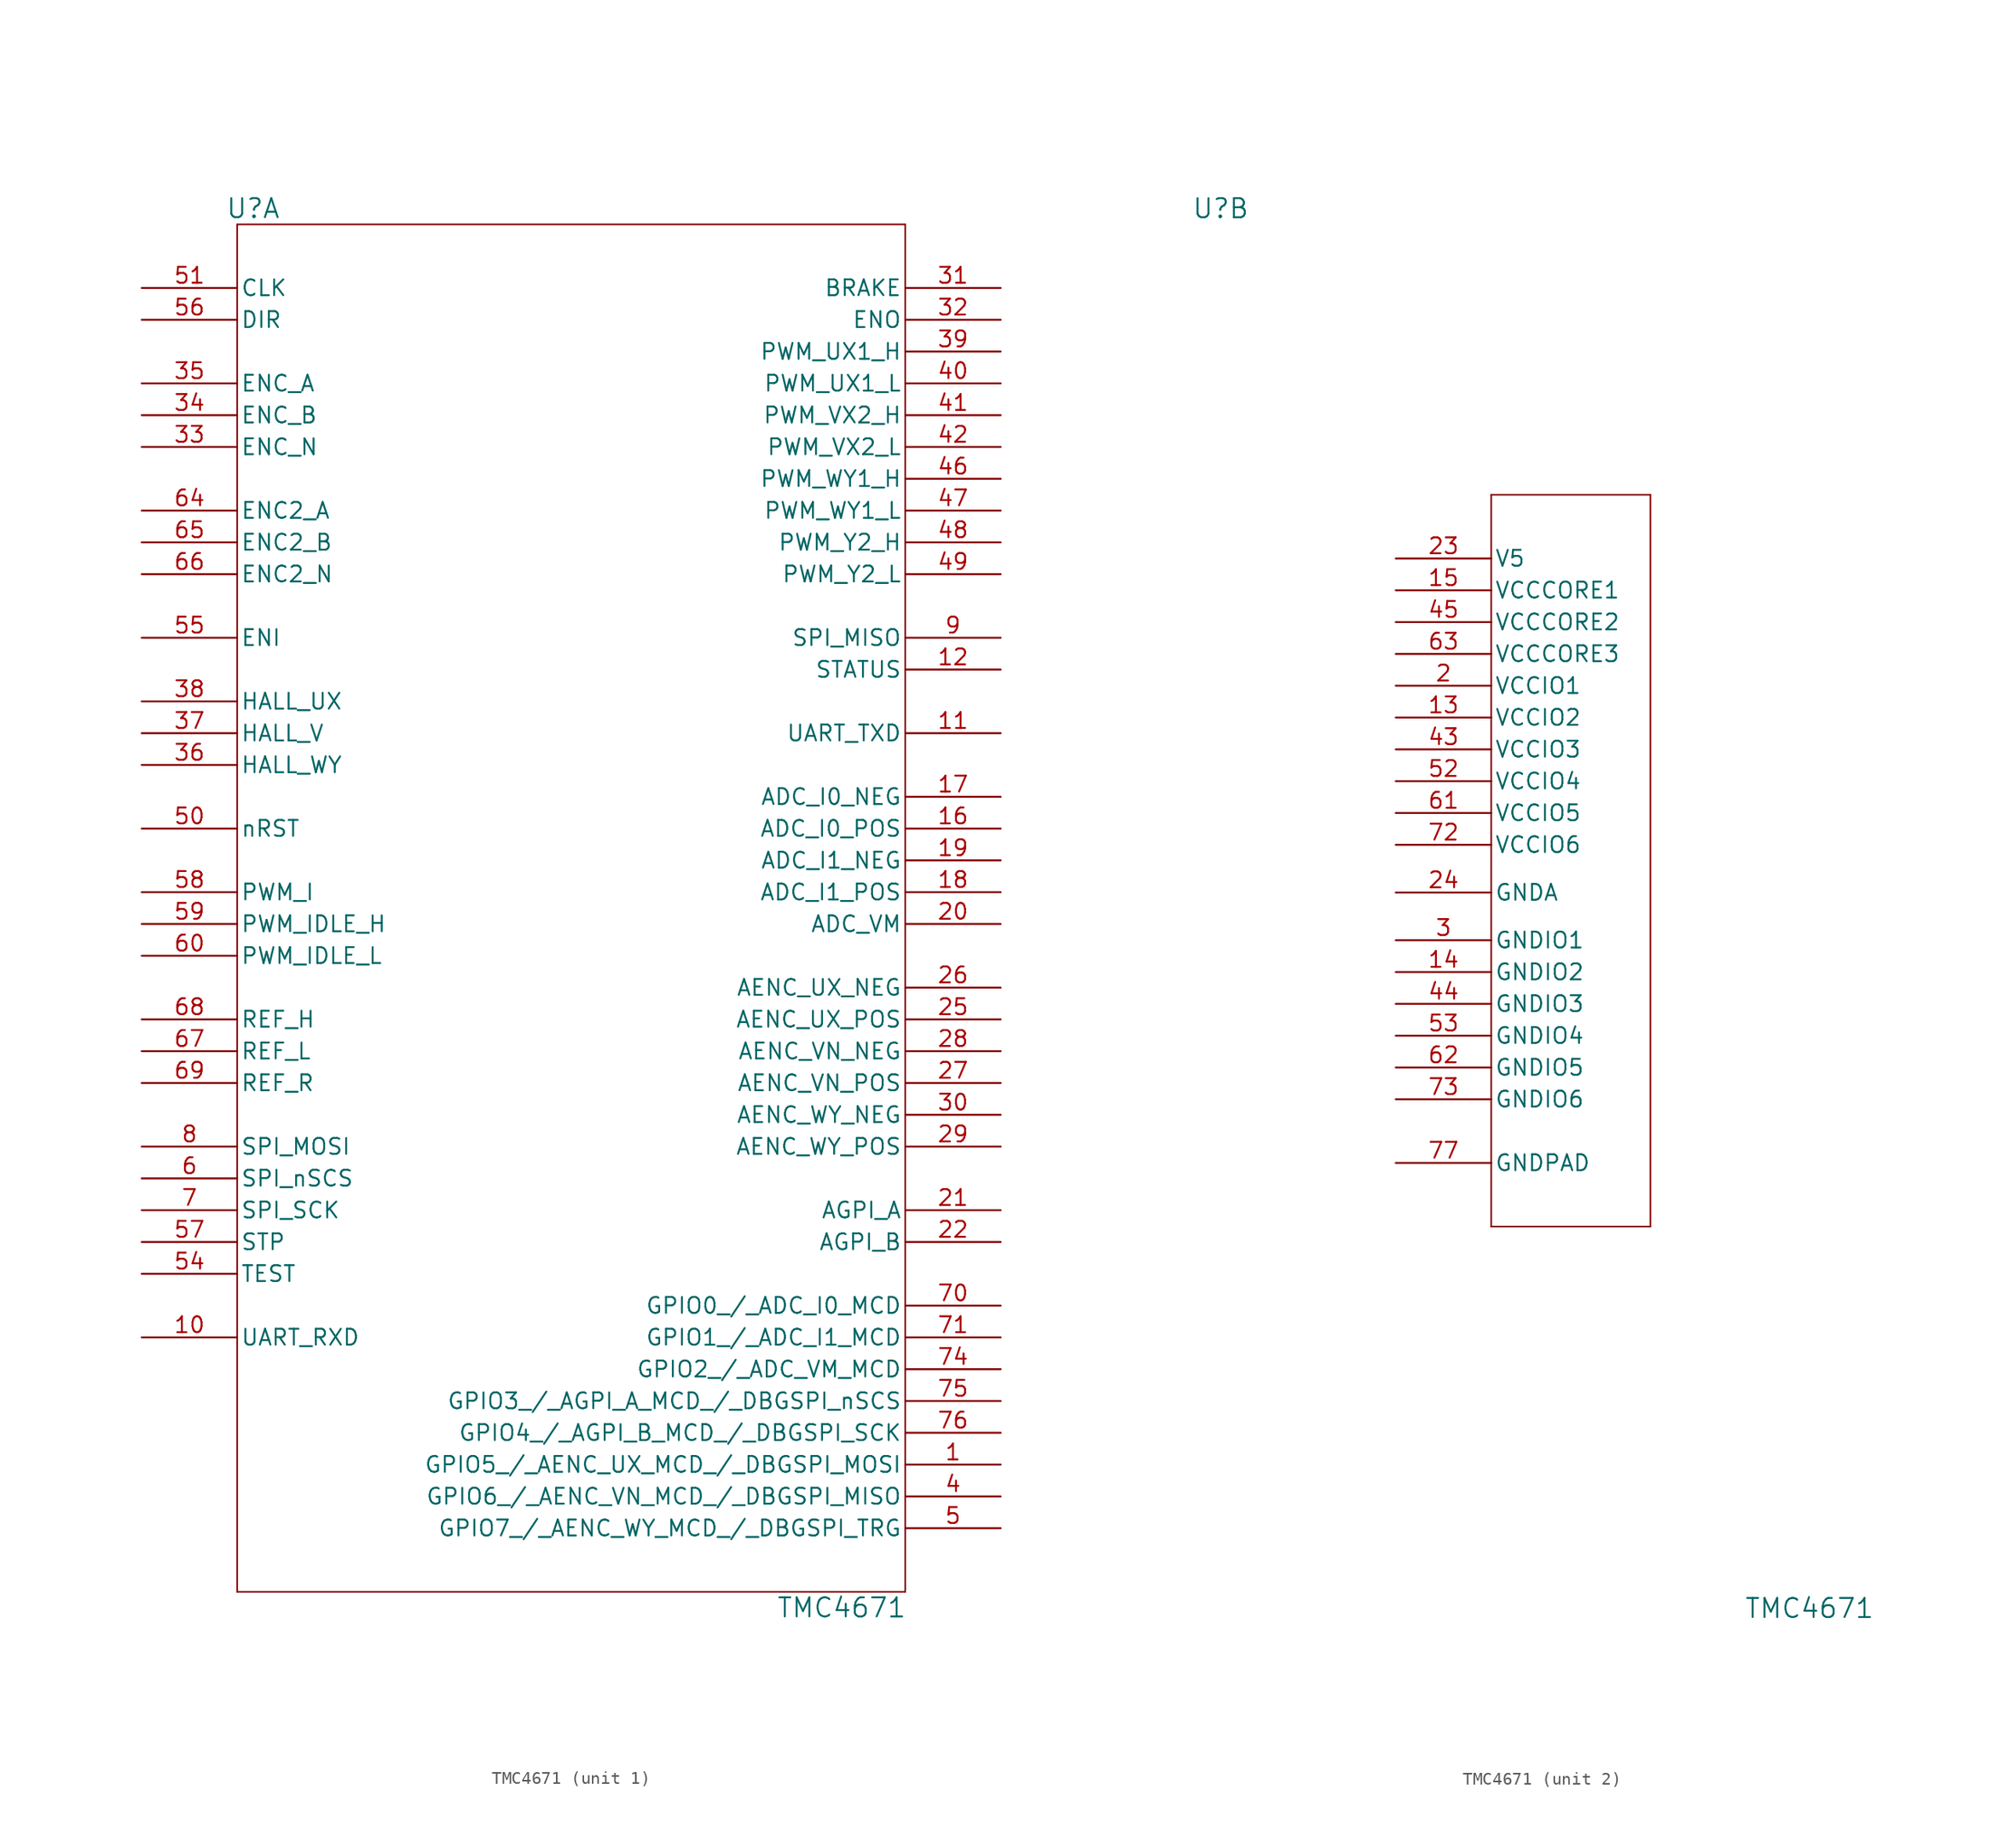
<source format=kicad_sym>
(kicad_symbol_lib
  (version 20220914)
  (generator kicad_symbol_editor)
  (symbol "TMC4671"
    (pin_names
      (offset 0.254))
    (property "Reference" "U"
      (at -26.67 52.07 0)
      (effects (font (size 1.524 1.524))))
    (property "Value" "TMC4671"
      (at 20.32 -59.69 0)
      (effects (font (size 1.524 1.524))))
    (property "ki_locked" ""
      (at 0 0 0)
      (effects (font (size 1.27 1.27))))
    (symbol "TMC4671_1_1"
      (polyline (pts (xy -27.94 -58.42) (xy 25.4 -58.42)) (stroke (width 0.127) (type default)) (fill (type none)))
      (polyline (pts (xy -27.94 50.8) (xy -27.94 -58.42)) (stroke (width 0.127) (type default)) (fill (type none)))
      (polyline (pts (xy 25.4 -58.42) (xy 25.4 50.8)) (stroke (width 0.127) (type default)) (fill (type none)))
      (polyline (pts (xy 25.4 50.8) (xy -27.94 50.8)) (stroke (width 0.127) (type default)) (fill (type none)))
      (pin bidirectional line (at 33.02 -48.26 180) (length 7.62) (name "GPIO5_/_AENC_UX_MCD_/_DBGSPI_MOSI" (effects (font (size 1.27 1.27)))) (number "1" (effects (font (size 1.27 1.27)))))
      (pin input line (at -35.56 -38.1 0) (length 7.62) (name "UART_RXD" (effects (font (size 1.27 1.27)))) (number "10" (effects (font (size 1.27 1.27)))))
      (pin output line (at 33.02 10.16 180) (length 7.62) (name "UART_TXD" (effects (font (size 1.27 1.27)))) (number "11" (effects (font (size 1.27 1.27)))))
      (pin output line (at 33.02 15.24 180) (length 7.62) (name "STATUS" (effects (font (size 1.27 1.27)))) (number "12" (effects (font (size 1.27 1.27)))))
      (pin input line (at 33.02 2.54 180) (length 7.62) (name "ADC_I0_POS" (effects (font (size 1.27 1.27)))) (number "16" (effects (font (size 1.27 1.27)))))
      (pin input line (at 33.02 5.08 180) (length 7.62) (name "ADC_I0_NEG" (effects (font (size 1.27 1.27)))) (number "17" (effects (font (size 1.27 1.27)))))
      (pin input line (at 33.02 -2.54 180) (length 7.62) (name "ADC_I1_POS" (effects (font (size 1.27 1.27)))) (number "18" (effects (font (size 1.27 1.27)))))
      (pin input line (at 33.02 0 180) (length 7.62) (name "ADC_I1_NEG" (effects (font (size 1.27 1.27)))) (number "19" (effects (font (size 1.27 1.27)))))
      (pin input line (at 33.02 -5.08 180) (length 7.62) (name "ADC_VM" (effects (font (size 1.27 1.27)))) (number "20" (effects (font (size 1.27 1.27)))))
      (pin input line (at 33.02 -27.94 180) (length 7.62) (name "AGPI_A" (effects (font (size 1.27 1.27)))) (number "21" (effects (font (size 1.27 1.27)))))
      (pin input line (at 33.02 -30.48 180) (length 7.62) (name "AGPI_B" (effects (font (size 1.27 1.27)))) (number "22" (effects (font (size 1.27 1.27)))))
      (pin input line (at 33.02 -12.7 180) (length 7.62) (name "AENC_UX_POS" (effects (font (size 1.27 1.27)))) (number "25" (effects (font (size 1.27 1.27)))))
      (pin input line (at 33.02 -10.16 180) (length 7.62) (name "AENC_UX_NEG" (effects (font (size 1.27 1.27)))) (number "26" (effects (font (size 1.27 1.27)))))
      (pin input line (at 33.02 -17.78 180) (length 7.62) (name "AENC_VN_POS" (effects (font (size 1.27 1.27)))) (number "27" (effects (font (size 1.27 1.27)))))
      (pin input line (at 33.02 -15.24 180) (length 7.62) (name "AENC_VN_NEG" (effects (font (size 1.27 1.27)))) (number "28" (effects (font (size 1.27 1.27)))))
      (pin input line (at 33.02 -22.86 180) (length 7.62) (name "AENC_WY_POS" (effects (font (size 1.27 1.27)))) (number "29" (effects (font (size 1.27 1.27)))))
      (pin input line (at 33.02 -20.32 180) (length 7.62) (name "AENC_WY_NEG" (effects (font (size 1.27 1.27)))) (number "30" (effects (font (size 1.27 1.27)))))
      (pin output line (at 33.02 45.72 180) (length 7.62) (name "BRAKE" (effects (font (size 1.27 1.27)))) (number "31" (effects (font (size 1.27 1.27)))))
      (pin output line (at 33.02 43.18 180) (length 7.62) (name "ENO" (effects (font (size 1.27 1.27)))) (number "32" (effects (font (size 1.27 1.27)))))
      (pin input line (at -35.56 33.02 0) (length 7.62) (name "ENC_N" (effects (font (size 1.27 1.27)))) (number "33" (effects (font (size 1.27 1.27)))))
      (pin input line (at -35.56 35.56 0) (length 7.62) (name "ENC_B" (effects (font (size 1.27 1.27)))) (number "34" (effects (font (size 1.27 1.27)))))
      (pin input line (at -35.56 38.1 0) (length 7.62) (name "ENC_A" (effects (font (size 1.27 1.27)))) (number "35" (effects (font (size 1.27 1.27)))))
      (pin input line (at -35.56 7.62 0) (length 7.62) (name "HALL_WY" (effects (font (size 1.27 1.27)))) (number "36" (effects (font (size 1.27 1.27)))))
      (pin input line (at -35.56 10.16 0) (length 7.62) (name "HALL_V" (effects (font (size 1.27 1.27)))) (number "37" (effects (font (size 1.27 1.27)))))
      (pin input line (at -35.56 12.7 0) (length 7.62) (name "HALL_UX" (effects (font (size 1.27 1.27)))) (number "38" (effects (font (size 1.27 1.27)))))
      (pin output line (at 33.02 40.64 180) (length 7.62) (name "PWM_UX1_H" (effects (font (size 1.27 1.27)))) (number "39" (effects (font (size 1.27 1.27)))))
      (pin bidirectional line (at 33.02 -50.8 180) (length 7.62) (name "GPIO6_/_AENC_VN_MCD_/_DBGSPI_MISO" (effects (font (size 1.27 1.27)))) (number "4" (effects (font (size 1.27 1.27)))))
      (pin output line (at 33.02 38.1 180) (length 7.62) (name "PWM_UX1_L" (effects (font (size 1.27 1.27)))) (number "40" (effects (font (size 1.27 1.27)))))
      (pin output line (at 33.02 35.56 180) (length 7.62) (name "PWM_VX2_H" (effects (font (size 1.27 1.27)))) (number "41" (effects (font (size 1.27 1.27)))))
      (pin output line (at 33.02 33.02 180) (length 7.62) (name "PWM_VX2_L" (effects (font (size 1.27 1.27)))) (number "42" (effects (font (size 1.27 1.27)))))
      (pin output line (at 33.02 30.48 180) (length 7.62) (name "PWM_WY1_H" (effects (font (size 1.27 1.27)))) (number "46" (effects (font (size 1.27 1.27)))))
      (pin output line (at 33.02 27.94 180) (length 7.62) (name "PWM_WY1_L" (effects (font (size 1.27 1.27)))) (number "47" (effects (font (size 1.27 1.27)))))
      (pin output line (at 33.02 25.4 180) (length 7.62) (name "PWM_Y2_H" (effects (font (size 1.27 1.27)))) (number "48" (effects (font (size 1.27 1.27)))))
      (pin output line (at 33.02 22.86 180) (length 7.62) (name "PWM_Y2_L" (effects (font (size 1.27 1.27)))) (number "49" (effects (font (size 1.27 1.27)))))
      (pin bidirectional line (at 33.02 -53.34 180) (length 7.62) (name "GPIO7_/_AENC_WY_MCD_/_DBGSPI_TRG" (effects (font (size 1.27 1.27)))) (number "5" (effects (font (size 1.27 1.27)))))
      (pin input line (at -35.56 2.54 0) (length 7.62) (name "nRST" (effects (font (size 1.27 1.27)))) (number "50" (effects (font (size 1.27 1.27)))))
      (pin input line (at -35.56 45.72 0) (length 7.62) (name "CLK" (effects (font (size 1.27 1.27)))) (number "51" (effects (font (size 1.27 1.27)))))
      (pin input line (at -35.56 -33.02 0) (length 7.62) (name "TEST" (effects (font (size 1.27 1.27)))) (number "54" (effects (font (size 1.27 1.27)))))
      (pin input line (at -35.56 17.78 0) (length 7.62) (name "ENI" (effects (font (size 1.27 1.27)))) (number "55" (effects (font (size 1.27 1.27)))))
      (pin input line (at -35.56 43.18 0) (length 7.62) (name "DIR" (effects (font (size 1.27 1.27)))) (number "56" (effects (font (size 1.27 1.27)))))
      (pin input line (at -35.56 -30.48 0) (length 7.62) (name "STP" (effects (font (size 1.27 1.27)))) (number "57" (effects (font (size 1.27 1.27)))))
      (pin input line (at -35.56 -2.54 0) (length 7.62) (name "PWM_I" (effects (font (size 1.27 1.27)))) (number "58" (effects (font (size 1.27 1.27)))))
      (pin input line (at -35.56 -5.08 0) (length 7.62) (name "PWM_IDLE_H" (effects (font (size 1.27 1.27)))) (number "59" (effects (font (size 1.27 1.27)))))
      (pin input line (at -35.56 -25.4 0) (length 7.62) (name "SPI_nSCS" (effects (font (size 1.27 1.27)))) (number "6" (effects (font (size 1.27 1.27)))))
      (pin input line (at -35.56 -7.62 0) (length 7.62) (name "PWM_IDLE_L" (effects (font (size 1.27 1.27)))) (number "60" (effects (font (size 1.27 1.27)))))
      (pin input line (at -35.56 27.94 0) (length 7.62) (name "ENC2_A" (effects (font (size 1.27 1.27)))) (number "64" (effects (font (size 1.27 1.27)))))
      (pin input line (at -35.56 25.4 0) (length 7.62) (name "ENC2_B" (effects (font (size 1.27 1.27)))) (number "65" (effects (font (size 1.27 1.27)))))
      (pin input line (at -35.56 22.86 0) (length 7.62) (name "ENC2_N" (effects (font (size 1.27 1.27)))) (number "66" (effects (font (size 1.27 1.27)))))
      (pin input line (at -35.56 -15.24 0) (length 7.62) (name "REF_L" (effects (font (size 1.27 1.27)))) (number "67" (effects (font (size 1.27 1.27)))))
      (pin input line (at -35.56 -12.7 0) (length 7.62) (name "REF_H" (effects (font (size 1.27 1.27)))) (number "68" (effects (font (size 1.27 1.27)))))
      (pin input line (at -35.56 -17.78 0) (length 7.62) (name "REF_R" (effects (font (size 1.27 1.27)))) (number "69" (effects (font (size 1.27 1.27)))))
      (pin input line (at -35.56 -27.94 0) (length 7.62) (name "SPI_SCK" (effects (font (size 1.27 1.27)))) (number "7" (effects (font (size 1.27 1.27)))))
      (pin bidirectional line (at 33.02 -35.56 180) (length 7.62) (name "GPIO0_/_ADC_I0_MCD" (effects (font (size 1.27 1.27)))) (number "70" (effects (font (size 1.27 1.27)))))
      (pin bidirectional line (at 33.02 -38.1 180) (length 7.62) (name "GPIO1_/_ADC_I1_MCD" (effects (font (size 1.27 1.27)))) (number "71" (effects (font (size 1.27 1.27)))))
      (pin bidirectional line (at 33.02 -40.64 180) (length 7.62) (name "GPIO2_/_ADC_VM_MCD" (effects (font (size 1.27 1.27)))) (number "74" (effects (font (size 1.27 1.27)))))
      (pin bidirectional line (at 33.02 -43.18 180) (length 7.62) (name "GPIO3_/_AGPI_A_MCD_/_DBGSPI_nSCS" (effects (font (size 1.27 1.27)))) (number "75" (effects (font (size 1.27 1.27)))))
      (pin bidirectional line (at 33.02 -45.72 180) (length 7.62) (name "GPIO4_/_AGPI_B_MCD_/_DBGSPI_SCK" (effects (font (size 1.27 1.27)))) (number "76" (effects (font (size 1.27 1.27)))))
      (pin input line (at -35.56 -22.86 0) (length 7.62) (name "SPI_MOSI" (effects (font (size 1.27 1.27)))) (number "8" (effects (font (size 1.27 1.27)))))
      (pin output line (at 33.02 17.78 180) (length 7.62) (name "SPI_MISO" (effects (font (size 1.27 1.27)))) (number "9" (effects (font (size 1.27 1.27))))))
    (symbol "TMC4671_2_1"
      (polyline (pts (xy -5.08 -29.21) (xy 7.62 -29.21)) (stroke (width 0.127) (type default)) (fill (type none)))
      (polyline (pts (xy -5.08 29.21) (xy -5.08 -29.21)) (stroke (width 0.127) (type default)) (fill (type none)))
      (polyline (pts (xy 7.62 -29.21) (xy 7.62 29.21)) (stroke (width 0.127) (type default)) (fill (type none)))
      (polyline (pts (xy 7.62 29.21) (xy -5.08 29.21)) (stroke (width 0.127) (type default)) (fill (type none)))
      (pin power_in line (at -12.7 11.43 0) (length 7.62) (name "VCCIO2" (effects (font (size 1.27 1.27)))) (number "13" (effects (font (size 1.27 1.27)))))
      (pin power_in line (at -12.7 -8.89 0) (length 7.62) (name "GNDIO2" (effects (font (size 1.27 1.27)))) (number "14" (effects (font (size 1.27 1.27)))))
      (pin power_in line (at -12.7 21.59 0) (length 7.62) (name "VCCCORE1" (effects (font (size 1.27 1.27)))) (number "15" (effects (font (size 1.27 1.27)))))
      (pin power_in line (at -12.7 13.97 0) (length 7.62) (name "VCCIO1" (effects (font (size 1.27 1.27)))) (number "2" (effects (font (size 1.27 1.27)))))
      (pin power_in line (at -12.7 24.13 0) (length 7.62) (name "V5" (effects (font (size 1.27 1.27)))) (number "23" (effects (font (size 1.27 1.27)))))
      (pin power_in line (at -12.7 -2.54 0) (length 7.62) (name "GNDA" (effects (font (size 1.27 1.27)))) (number "24" (effects (font (size 1.27 1.27)))))
      (pin power_in line (at -12.7 -6.35 0) (length 7.62) (name "GNDIO1" (effects (font (size 1.27 1.27)))) (number "3" (effects (font (size 1.27 1.27)))))
      (pin power_in line (at -12.7 8.89 0) (length 7.62) (name "VCCIO3" (effects (font (size 1.27 1.27)))) (number "43" (effects (font (size 1.27 1.27)))))
      (pin power_in line (at -12.7 -11.43 0) (length 7.62) (name "GNDIO3" (effects (font (size 1.27 1.27)))) (number "44" (effects (font (size 1.27 1.27)))))
      (pin power_in line (at -12.7 19.05 0) (length 7.62) (name "VCCCORE2" (effects (font (size 1.27 1.27)))) (number "45" (effects (font (size 1.27 1.27)))))
      (pin power_in line (at -12.7 6.35 0) (length 7.62) (name "VCCIO4" (effects (font (size 1.27 1.27)))) (number "52" (effects (font (size 1.27 1.27)))))
      (pin power_in line (at -12.7 -13.97 0) (length 7.62) (name "GNDIO4" (effects (font (size 1.27 1.27)))) (number "53" (effects (font (size 1.27 1.27)))))
      (pin power_in line (at -12.7 3.81 0) (length 7.62) (name "VCCIO5" (effects (font (size 1.27 1.27)))) (number "61" (effects (font (size 1.27 1.27)))))
      (pin power_in line (at -12.7 -16.51 0) (length 7.62) (name "GNDIO5" (effects (font (size 1.27 1.27)))) (number "62" (effects (font (size 1.27 1.27)))))
      (pin power_in line (at -12.7 16.51 0) (length 7.62) (name "VCCCORE3" (effects (font (size 1.27 1.27)))) (number "63" (effects (font (size 1.27 1.27)))))
      (pin power_in line (at -12.7 1.27 0) (length 7.62) (name "VCCIO6" (effects (font (size 1.27 1.27)))) (number "72" (effects (font (size 1.27 1.27)))))
      (pin power_in line (at -12.7 -19.05 0) (length 7.62) (name "GNDIO6" (effects (font (size 1.27 1.27)))) (number "73" (effects (font (size 1.27 1.27)))))
      (pin power_in line (at -12.7 -24.13 0) (length 7.62) (name "GNDPAD" (effects (font (size 1.27 1.27)))) (number "77" (effects (font (size 1.27 1.27))))))))
</source>
